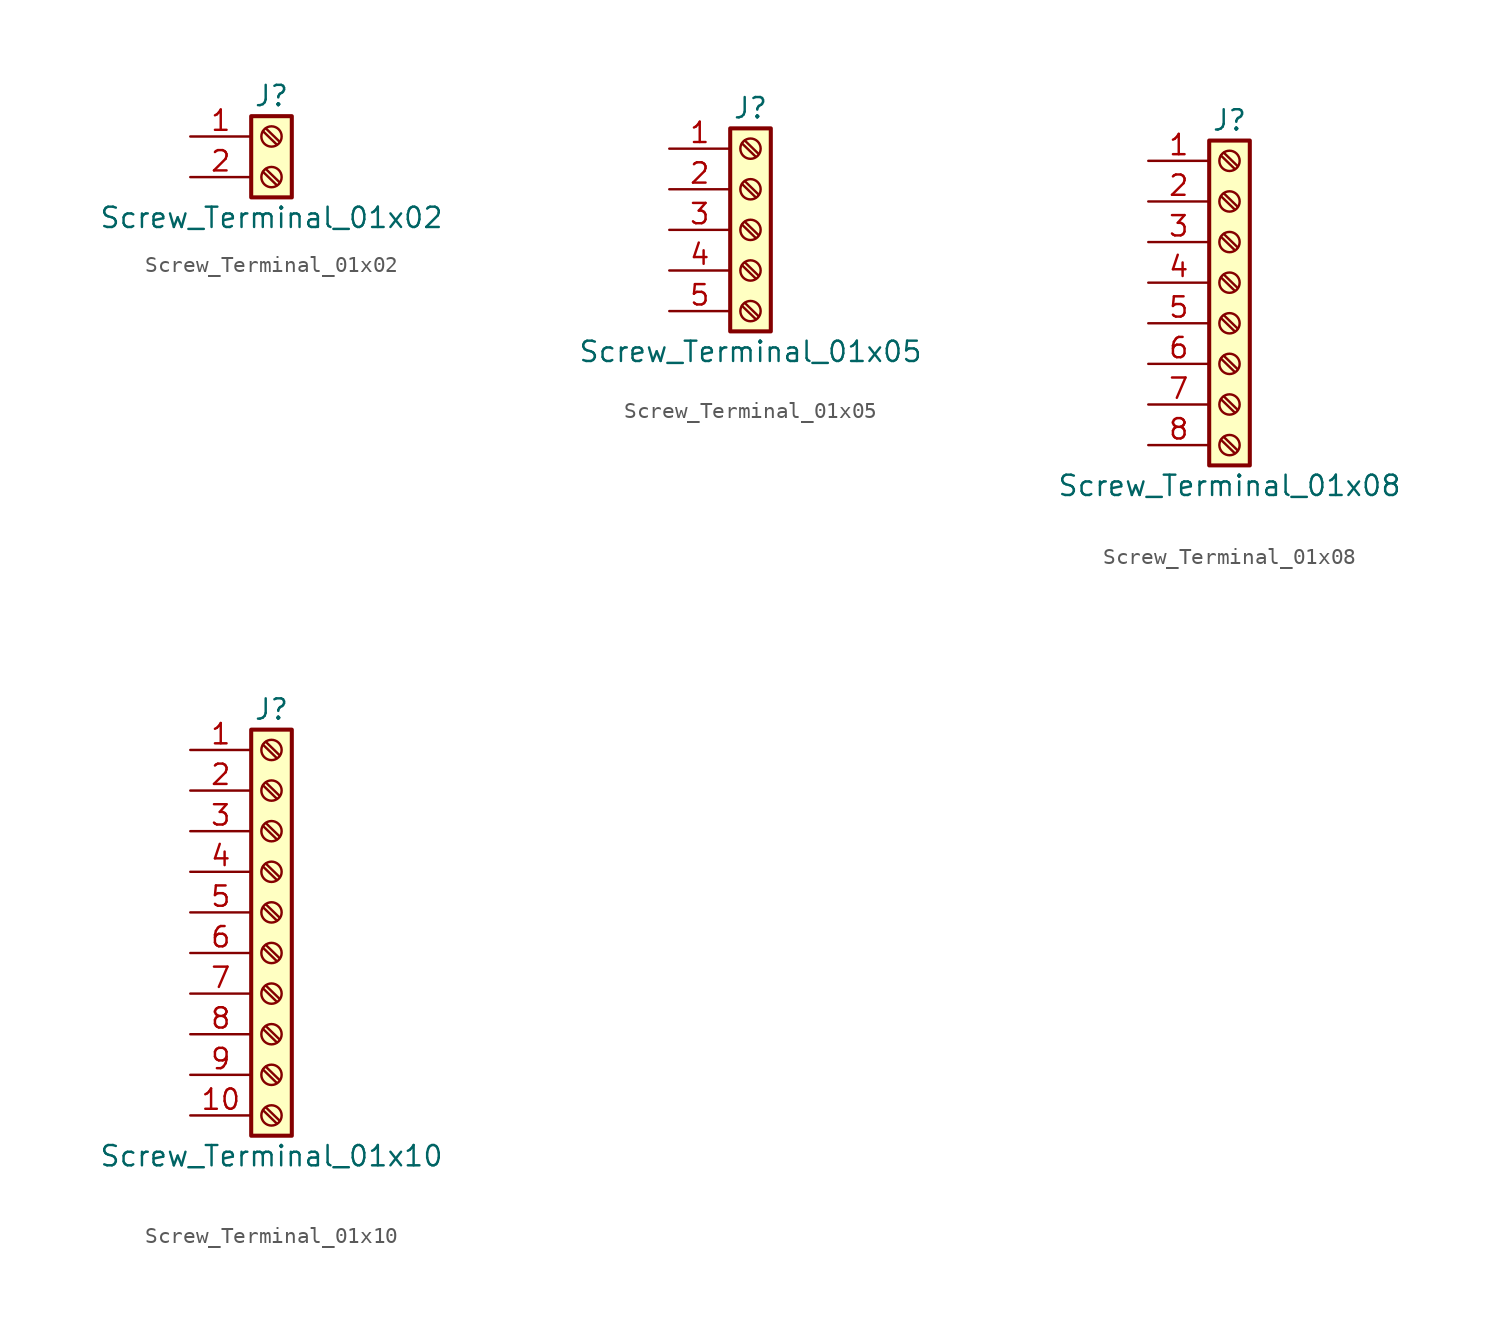
<source format=kicad_sym>
(kicad_symbol_lib
  (version 20211014)
  (generator kicad_symbol_editor)
  (symbol "Screw_Terminal_01x02"
    (pin_names
      (offset 1.016) hide)
    (property "Reference" "J"
      (at 0 2.54 0)
      (effects (font (size 1.27 1.27))))
    (property "Value" "Screw_Terminal_01x02"
      (at 0 -5.08 0)
      (effects (font (size 1.27 1.27))))
    (symbol "Screw_Terminal_01x02_1_1"
      (rectangle (start -1.27 1.27) (end 1.27 -3.81) (stroke (width 0.254) (type default) (color 0 0 0 0)) (fill (type background)))
      (circle (center 0 -2.54) (radius 0.635) (stroke (width 0.152) (type default) (color 0 0 0 0)) (fill (type none)))
      (polyline (pts (xy -0.533 -2.21) (xy 0.33 -3.048)) (stroke (width 0.152) (type default) (color 0 0 0 0)) (fill (type none)))
      (polyline (pts (xy -0.533 0.33) (xy 0.33 -0.508)) (stroke (width 0.152) (type default) (color 0 0 0 0)) (fill (type none)))
      (polyline (pts (xy -0.356 -2.032) (xy 0.508 -2.87)) (stroke (width 0.152) (type default) (color 0 0 0 0)) (fill (type none)))
      (polyline (pts (xy -0.356 0.508) (xy 0.508 -0.33)) (stroke (width 0.152) (type default) (color 0 0 0 0)) (fill (type none)))
      (circle (center 0 0) (radius 0.635) (stroke (width 0.152) (type default) (color 0 0 0 0)) (fill (type none)))
      (pin passive line (at -5.08 0 0) (length 3.81) (name "Pin_1" (effects (font (size 1.27 1.27)))) (number "1" (effects (font (size 1.27 1.27)))))
      (pin passive line (at -5.08 -2.54 0) (length 3.81) (name "Pin_2" (effects (font (size 1.27 1.27)))) (number "2" (effects (font (size 1.27 1.27)))))))
  (symbol "Screw_Terminal_01x05"
    (pin_names
      (offset 1.016) hide)
    (property "Reference" "J"
      (at 0 7.62 0)
      (effects (font (size 1.27 1.27))))
    (property "Value" "Screw_Terminal_01x05"
      (at 0 -7.62 0)
      (effects (font (size 1.27 1.27))))
    (symbol "Screw_Terminal_01x05_1_1"
      (rectangle (start -1.27 6.35) (end 1.27 -6.35) (stroke (width 0.254) (type default) (color 0 0 0 0)) (fill (type background)))
      (circle (center 0 -5.08) (radius 0.635) (stroke (width 0.152) (type default) (color 0 0 0 0)) (fill (type none)))
      (circle (center 0 -2.54) (radius 0.635) (stroke (width 0.152) (type default) (color 0 0 0 0)) (fill (type none)))
      (polyline (pts (xy -0.533 -4.75) (xy 0.33 -5.588)) (stroke (width 0.152) (type default) (color 0 0 0 0)) (fill (type none)))
      (polyline (pts (xy -0.533 -2.21) (xy 0.33 -3.048)) (stroke (width 0.152) (type default) (color 0 0 0 0)) (fill (type none)))
      (polyline (pts (xy -0.533 0.33) (xy 0.33 -0.508)) (stroke (width 0.152) (type default) (color 0 0 0 0)) (fill (type none)))
      (polyline (pts (xy -0.533 2.87) (xy 0.33 2.032)) (stroke (width 0.152) (type default) (color 0 0 0 0)) (fill (type none)))
      (polyline (pts (xy -0.533 5.41) (xy 0.33 4.572)) (stroke (width 0.152) (type default) (color 0 0 0 0)) (fill (type none)))
      (polyline (pts (xy -0.356 -4.572) (xy 0.508 -5.41)) (stroke (width 0.152) (type default) (color 0 0 0 0)) (fill (type none)))
      (polyline (pts (xy -0.356 -2.032) (xy 0.508 -2.87)) (stroke (width 0.152) (type default) (color 0 0 0 0)) (fill (type none)))
      (polyline (pts (xy -0.356 0.508) (xy 0.508 -0.33)) (stroke (width 0.152) (type default) (color 0 0 0 0)) (fill (type none)))
      (polyline (pts (xy -0.356 3.048) (xy 0.508 2.21)) (stroke (width 0.152) (type default) (color 0 0 0 0)) (fill (type none)))
      (polyline (pts (xy -0.356 5.588) (xy 0.508 4.75)) (stroke (width 0.152) (type default) (color 0 0 0 0)) (fill (type none)))
      (circle (center 0 0) (radius 0.635) (stroke (width 0.152) (type default) (color 0 0 0 0)) (fill (type none)))
      (circle (center 0 2.54) (radius 0.635) (stroke (width 0.152) (type default) (color 0 0 0 0)) (fill (type none)))
      (circle (center 0 5.08) (radius 0.635) (stroke (width 0.152) (type default) (color 0 0 0 0)) (fill (type none)))
      (pin passive line (at -5.08 5.08 0) (length 3.81) (name "Pin_1" (effects (font (size 1.27 1.27)))) (number "1" (effects (font (size 1.27 1.27)))))
      (pin passive line (at -5.08 2.54 0) (length 3.81) (name "Pin_2" (effects (font (size 1.27 1.27)))) (number "2" (effects (font (size 1.27 1.27)))))
      (pin passive line (at -5.08 0 0) (length 3.81) (name "Pin_3" (effects (font (size 1.27 1.27)))) (number "3" (effects (font (size 1.27 1.27)))))
      (pin passive line (at -5.08 -2.54 0) (length 3.81) (name "Pin_4" (effects (font (size 1.27 1.27)))) (number "4" (effects (font (size 1.27 1.27)))))
      (pin passive line (at -5.08 -5.08 0) (length 3.81) (name "Pin_5" (effects (font (size 1.27 1.27)))) (number "5" (effects (font (size 1.27 1.27)))))))
  (symbol "Screw_Terminal_01x08"
    (pin_names
      (offset 1.016) hide)
    (property "Reference" "J"
      (at 0 10.16 0)
      (effects (font (size 1.27 1.27))))
    (property "Value" "Screw_Terminal_01x08"
      (at 0 -12.7 0)
      (effects (font (size 1.27 1.27))))
    (symbol "Screw_Terminal_01x08_1_1"
      (rectangle (start -1.27 8.89) (end 1.27 -11.43) (stroke (width 0.254) (type default) (color 0 0 0 0)) (fill (type background)))
      (circle (center 0 -10.16) (radius 0.635) (stroke (width 0.152) (type default) (color 0 0 0 0)) (fill (type none)))
      (circle (center 0 -7.62) (radius 0.635) (stroke (width 0.152) (type default) (color 0 0 0 0)) (fill (type none)))
      (circle (center 0 -5.08) (radius 0.635) (stroke (width 0.152) (type default) (color 0 0 0 0)) (fill (type none)))
      (circle (center 0 -2.54) (radius 0.635) (stroke (width 0.152) (type default) (color 0 0 0 0)) (fill (type none)))
      (polyline (pts (xy -0.533 -9.83) (xy 0.33 -10.668)) (stroke (width 0.152) (type default) (color 0 0 0 0)) (fill (type none)))
      (polyline (pts (xy -0.533 -7.29) (xy 0.33 -8.128)) (stroke (width 0.152) (type default) (color 0 0 0 0)) (fill (type none)))
      (polyline (pts (xy -0.533 -4.75) (xy 0.33 -5.588)) (stroke (width 0.152) (type default) (color 0 0 0 0)) (fill (type none)))
      (polyline (pts (xy -0.533 -2.21) (xy 0.33 -3.048)) (stroke (width 0.152) (type default) (color 0 0 0 0)) (fill (type none)))
      (polyline (pts (xy -0.533 0.33) (xy 0.33 -0.508)) (stroke (width 0.152) (type default) (color 0 0 0 0)) (fill (type none)))
      (polyline (pts (xy -0.533 2.87) (xy 0.33 2.032)) (stroke (width 0.152) (type default) (color 0 0 0 0)) (fill (type none)))
      (polyline (pts (xy -0.533 5.41) (xy 0.33 4.572)) (stroke (width 0.152) (type default) (color 0 0 0 0)) (fill (type none)))
      (polyline (pts (xy -0.533 7.95) (xy 0.33 7.112)) (stroke (width 0.152) (type default) (color 0 0 0 0)) (fill (type none)))
      (polyline (pts (xy -0.356 -9.652) (xy 0.508 -10.49)) (stroke (width 0.152) (type default) (color 0 0 0 0)) (fill (type none)))
      (polyline (pts (xy -0.356 -7.112) (xy 0.508 -7.95)) (stroke (width 0.152) (type default) (color 0 0 0 0)) (fill (type none)))
      (polyline (pts (xy -0.356 -4.572) (xy 0.508 -5.41)) (stroke (width 0.152) (type default) (color 0 0 0 0)) (fill (type none)))
      (polyline (pts (xy -0.356 -2.032) (xy 0.508 -2.87)) (stroke (width 0.152) (type default) (color 0 0 0 0)) (fill (type none)))
      (polyline (pts (xy -0.356 0.508) (xy 0.508 -0.33)) (stroke (width 0.152) (type default) (color 0 0 0 0)) (fill (type none)))
      (polyline (pts (xy -0.356 3.048) (xy 0.508 2.21)) (stroke (width 0.152) (type default) (color 0 0 0 0)) (fill (type none)))
      (polyline (pts (xy -0.356 5.588) (xy 0.508 4.75)) (stroke (width 0.152) (type default) (color 0 0 0 0)) (fill (type none)))
      (polyline (pts (xy -0.356 8.128) (xy 0.508 7.29)) (stroke (width 0.152) (type default) (color 0 0 0 0)) (fill (type none)))
      (circle (center 0 0) (radius 0.635) (stroke (width 0.152) (type default) (color 0 0 0 0)) (fill (type none)))
      (circle (center 0 2.54) (radius 0.635) (stroke (width 0.152) (type default) (color 0 0 0 0)) (fill (type none)))
      (circle (center 0 5.08) (radius 0.635) (stroke (width 0.152) (type default) (color 0 0 0 0)) (fill (type none)))
      (circle (center 0 7.62) (radius 0.635) (stroke (width 0.152) (type default) (color 0 0 0 0)) (fill (type none)))
      (pin passive line (at -5.08 7.62 0) (length 3.81) (name "Pin_1" (effects (font (size 1.27 1.27)))) (number "1" (effects (font (size 1.27 1.27)))))
      (pin passive line (at -5.08 5.08 0) (length 3.81) (name "Pin_2" (effects (font (size 1.27 1.27)))) (number "2" (effects (font (size 1.27 1.27)))))
      (pin passive line (at -5.08 2.54 0) (length 3.81) (name "Pin_3" (effects (font (size 1.27 1.27)))) (number "3" (effects (font (size 1.27 1.27)))))
      (pin passive line (at -5.08 0 0) (length 3.81) (name "Pin_4" (effects (font (size 1.27 1.27)))) (number "4" (effects (font (size 1.27 1.27)))))
      (pin passive line (at -5.08 -2.54 0) (length 3.81) (name "Pin_5" (effects (font (size 1.27 1.27)))) (number "5" (effects (font (size 1.27 1.27)))))
      (pin passive line (at -5.08 -5.08 0) (length 3.81) (name "Pin_6" (effects (font (size 1.27 1.27)))) (number "6" (effects (font (size 1.27 1.27)))))
      (pin passive line (at -5.08 -7.62 0) (length 3.81) (name "Pin_7" (effects (font (size 1.27 1.27)))) (number "7" (effects (font (size 1.27 1.27)))))
      (pin passive line (at -5.08 -10.16 0) (length 3.81) (name "Pin_8" (effects (font (size 1.27 1.27)))) (number "8" (effects (font (size 1.27 1.27)))))))
  (symbol "Screw_Terminal_01x10"
    (pin_names
      (offset 1.016) hide)
    (property "Reference" "J"
      (at 0 12.7 0)
      (effects (font (size 1.27 1.27))))
    (property "Value" "Screw_Terminal_01x10"
      (at 0 -15.24 0)
      (effects (font (size 1.27 1.27))))
    (symbol "Screw_Terminal_01x10_1_1"
      (rectangle (start -1.27 11.43) (end 1.27 -13.97) (stroke (width 0.254) (type default) (color 0 0 0 0)) (fill (type background)))
      (circle (center 0 -12.7) (radius 0.635) (stroke (width 0.152) (type default) (color 0 0 0 0)) (fill (type none)))
      (circle (center 0 -10.16) (radius 0.635) (stroke (width 0.152) (type default) (color 0 0 0 0)) (fill (type none)))
      (circle (center 0 -7.62) (radius 0.635) (stroke (width 0.152) (type default) (color 0 0 0 0)) (fill (type none)))
      (circle (center 0 -5.08) (radius 0.635) (stroke (width 0.152) (type default) (color 0 0 0 0)) (fill (type none)))
      (circle (center 0 -2.54) (radius 0.635) (stroke (width 0.152) (type default) (color 0 0 0 0)) (fill (type none)))
      (polyline (pts (xy -0.533 -12.37) (xy 0.33 -13.208)) (stroke (width 0.152) (type default) (color 0 0 0 0)) (fill (type none)))
      (polyline (pts (xy -0.533 -9.83) (xy 0.33 -10.668)) (stroke (width 0.152) (type default) (color 0 0 0 0)) (fill (type none)))
      (polyline (pts (xy -0.533 -7.29) (xy 0.33 -8.128)) (stroke (width 0.152) (type default) (color 0 0 0 0)) (fill (type none)))
      (polyline (pts (xy -0.533 -4.75) (xy 0.33 -5.588)) (stroke (width 0.152) (type default) (color 0 0 0 0)) (fill (type none)))
      (polyline (pts (xy -0.533 -2.21) (xy 0.33 -3.048)) (stroke (width 0.152) (type default) (color 0 0 0 0)) (fill (type none)))
      (polyline (pts (xy -0.533 0.33) (xy 0.33 -0.508)) (stroke (width 0.152) (type default) (color 0 0 0 0)) (fill (type none)))
      (polyline (pts (xy -0.533 2.87) (xy 0.33 2.032)) (stroke (width 0.152) (type default) (color 0 0 0 0)) (fill (type none)))
      (polyline (pts (xy -0.533 5.41) (xy 0.33 4.572)) (stroke (width 0.152) (type default) (color 0 0 0 0)) (fill (type none)))
      (polyline (pts (xy -0.533 7.95) (xy 0.33 7.112)) (stroke (width 0.152) (type default) (color 0 0 0 0)) (fill (type none)))
      (polyline (pts (xy -0.533 10.49) (xy 0.33 9.652)) (stroke (width 0.152) (type default) (color 0 0 0 0)) (fill (type none)))
      (polyline (pts (xy -0.356 -12.192) (xy 0.508 -13.03)) (stroke (width 0.152) (type default) (color 0 0 0 0)) (fill (type none)))
      (polyline (pts (xy -0.356 -9.652) (xy 0.508 -10.49)) (stroke (width 0.152) (type default) (color 0 0 0 0)) (fill (type none)))
      (polyline (pts (xy -0.356 -7.112) (xy 0.508 -7.95)) (stroke (width 0.152) (type default) (color 0 0 0 0)) (fill (type none)))
      (polyline (pts (xy -0.356 -4.572) (xy 0.508 -5.41)) (stroke (width 0.152) (type default) (color 0 0 0 0)) (fill (type none)))
      (polyline (pts (xy -0.356 -2.032) (xy 0.508 -2.87)) (stroke (width 0.152) (type default) (color 0 0 0 0)) (fill (type none)))
      (polyline (pts (xy -0.356 0.508) (xy 0.508 -0.33)) (stroke (width 0.152) (type default) (color 0 0 0 0)) (fill (type none)))
      (polyline (pts (xy -0.356 3.048) (xy 0.508 2.21)) (stroke (width 0.152) (type default) (color 0 0 0 0)) (fill (type none)))
      (polyline (pts (xy -0.356 5.588) (xy 0.508 4.75)) (stroke (width 0.152) (type default) (color 0 0 0 0)) (fill (type none)))
      (polyline (pts (xy -0.356 8.128) (xy 0.508 7.29)) (stroke (width 0.152) (type default) (color 0 0 0 0)) (fill (type none)))
      (polyline (pts (xy -0.356 10.668) (xy 0.508 9.83)) (stroke (width 0.152) (type default) (color 0 0 0 0)) (fill (type none)))
      (circle (center 0 0) (radius 0.635) (stroke (width 0.152) (type default) (color 0 0 0 0)) (fill (type none)))
      (circle (center 0 2.54) (radius 0.635) (stroke (width 0.152) (type default) (color 0 0 0 0)) (fill (type none)))
      (circle (center 0 5.08) (radius 0.635) (stroke (width 0.152) (type default) (color 0 0 0 0)) (fill (type none)))
      (circle (center 0 7.62) (radius 0.635) (stroke (width 0.152) (type default) (color 0 0 0 0)) (fill (type none)))
      (circle (center 0 10.16) (radius 0.635) (stroke (width 0.152) (type default) (color 0 0 0 0)) (fill (type none)))
      (pin passive line (at -5.08 10.16 0) (length 3.81) (name "Pin_1" (effects (font (size 1.27 1.27)))) (number "1" (effects (font (size 1.27 1.27)))))
      (pin passive line (at -5.08 -12.7 0) (length 3.81) (name "Pin_10" (effects (font (size 1.27 1.27)))) (number "10" (effects (font (size 1.27 1.27)))))
      (pin passive line (at -5.08 7.62 0) (length 3.81) (name "Pin_2" (effects (font (size 1.27 1.27)))) (number "2" (effects (font (size 1.27 1.27)))))
      (pin passive line (at -5.08 5.08 0) (length 3.81) (name "Pin_3" (effects (font (size 1.27 1.27)))) (number "3" (effects (font (size 1.27 1.27)))))
      (pin passive line (at -5.08 2.54 0) (length 3.81) (name "Pin_4" (effects (font (size 1.27 1.27)))) (number "4" (effects (font (size 1.27 1.27)))))
      (pin passive line (at -5.08 0 0) (length 3.81) (name "Pin_5" (effects (font (size 1.27 1.27)))) (number "5" (effects (font (size 1.27 1.27)))))
      (pin passive line (at -5.08 -2.54 0) (length 3.81) (name "Pin_6" (effects (font (size 1.27 1.27)))) (number "6" (effects (font (size 1.27 1.27)))))
      (pin passive line (at -5.08 -5.08 0) (length 3.81) (name "Pin_7" (effects (font (size 1.27 1.27)))) (number "7" (effects (font (size 1.27 1.27)))))
      (pin passive line (at -5.08 -7.62 0) (length 3.81) (name "Pin_8" (effects (font (size 1.27 1.27)))) (number "8" (effects (font (size 1.27 1.27)))))
      (pin passive line (at -5.08 -10.16 0) (length 3.81) (name "Pin_9" (effects (font (size 1.27 1.27)))) (number "9" (effects (font (size 1.27 1.27))))))))
</source>
